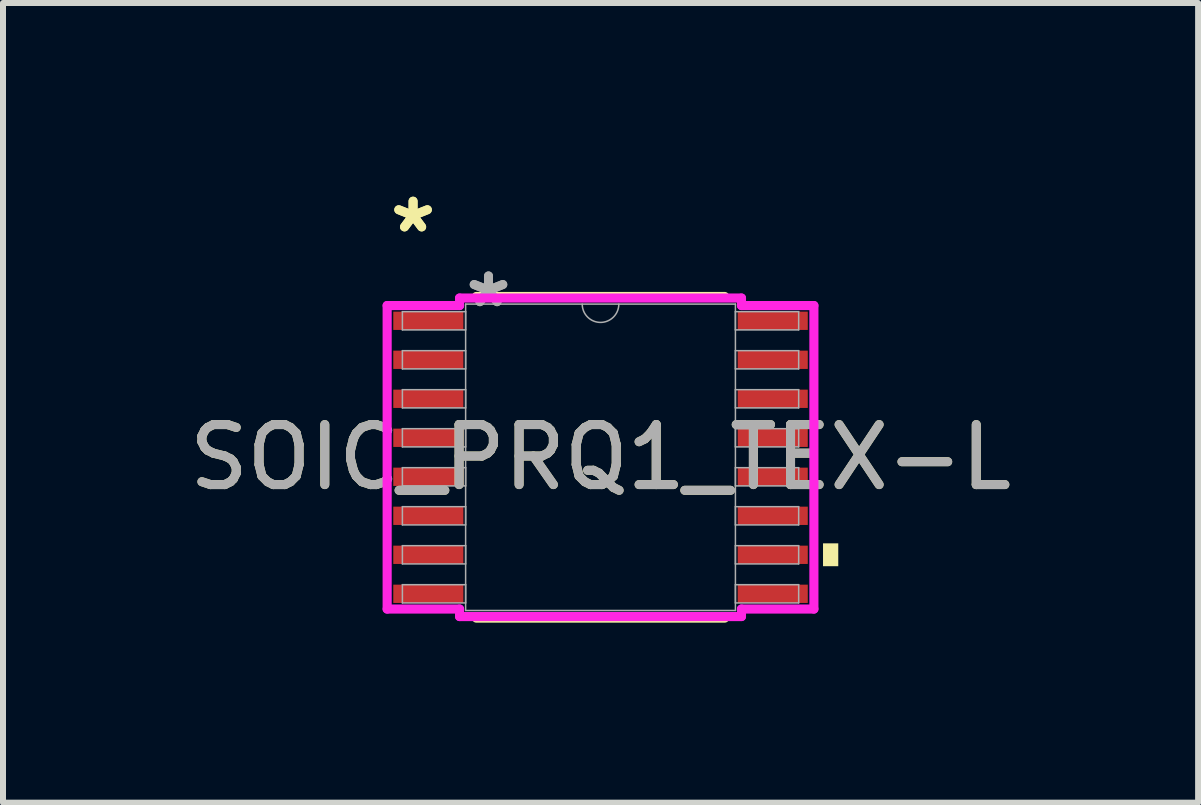
<source format=kicad_pcb>
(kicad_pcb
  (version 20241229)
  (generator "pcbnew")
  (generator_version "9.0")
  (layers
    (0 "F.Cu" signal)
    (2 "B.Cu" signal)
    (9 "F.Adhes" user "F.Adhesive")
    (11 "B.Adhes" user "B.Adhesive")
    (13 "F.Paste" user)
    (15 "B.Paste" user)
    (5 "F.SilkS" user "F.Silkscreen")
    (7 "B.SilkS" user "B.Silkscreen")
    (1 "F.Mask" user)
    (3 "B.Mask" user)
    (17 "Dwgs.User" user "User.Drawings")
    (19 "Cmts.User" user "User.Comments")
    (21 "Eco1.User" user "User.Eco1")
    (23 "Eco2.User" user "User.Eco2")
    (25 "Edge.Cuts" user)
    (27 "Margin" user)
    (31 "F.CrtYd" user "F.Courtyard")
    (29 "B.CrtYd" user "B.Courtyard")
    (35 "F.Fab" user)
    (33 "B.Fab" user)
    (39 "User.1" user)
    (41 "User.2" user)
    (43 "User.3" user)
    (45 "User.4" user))
  (footprint "SOIC_PRQ1_TEX-L"
    (layer "F.Cu")
    (at 6.958 4.571)
    (property "Reference" "SOIC_PRQ1_TEX-L" (at 0 0 0) (unlocked yes) (layer "F.SilkS") (effects (font (size 1 1) (thickness 0.15))))
    (attr smd)
    (fp_line (start -2.069 2.68) (end 2.069 2.68) (stroke (width 0.152) (type solid)) (layer "F.SilkS"))
    (fp_line (start 2.069 -2.68) (end -2.069 -2.68) (stroke (width 0.152) (type solid)) (layer "F.SilkS"))
    (fp_poly (pts (xy 3.962 1.434) (xy 3.962 1.815) (xy 3.708 1.815) (xy 3.708 1.434)) (stroke (width 0) (type solid)) (fill yes) (layer "F.SilkS"))
    (fp_line (start -3.556 -2.529) (end -2.349 -2.529) (stroke (width 0.152) (type solid)) (layer "F.CrtYd"))
    (fp_line (start -3.556 2.529) (end -3.556 -2.529) (stroke (width 0.152) (type solid)) (layer "F.CrtYd"))
    (fp_line (start -3.556 2.529) (end -2.349 2.529) (stroke (width 0.152) (type solid)) (layer "F.CrtYd"))
    (fp_line (start -2.349 -2.654) (end 2.349 -2.654) (stroke (width 0.152) (type solid)) (layer "F.CrtYd"))
    (fp_line (start -2.349 -2.529) (end -2.349 -2.654) (stroke (width 0.152) (type solid)) (layer "F.CrtYd"))
    (fp_line (start -2.349 2.654) (end -2.349 2.529) (stroke (width 0.152) (type solid)) (layer "F.CrtYd"))
    (fp_line (start 2.349 -2.654) (end 2.349 -2.529) (stroke (width 0.152) (type solid)) (layer "F.CrtYd"))
    (fp_line (start 2.349 2.529) (end 2.349 2.654) (stroke (width 0.152) (type solid)) (layer "F.CrtYd"))
    (fp_line (start 2.349 2.654) (end -2.349 2.654) (stroke (width 0.152) (type solid)) (layer "F.CrtYd"))
    (fp_line (start 3.556 -2.529) (end 2.349 -2.529) (stroke (width 0.152) (type solid)) (layer "F.CrtYd"))
    (fp_line (start 3.556 -2.529) (end 3.556 2.529) (stroke (width 0.152) (type solid)) (layer "F.CrtYd"))
    (fp_line (start 3.556 2.529) (end 2.349 2.529) (stroke (width 0.152) (type solid)) (layer "F.CrtYd"))
    (fp_line (start -3.302 -2.427) (end -3.302 -2.123) (stroke (width 0.025) (type solid)) (layer "F.Fab"))
    (fp_line (start -3.302 -2.123) (end -2.248 -2.123) (stroke (width 0.025) (type solid)) (layer "F.Fab"))
    (fp_line (start -3.302 -1.777) (end -3.302 -1.473) (stroke (width 0.025) (type solid)) (layer "F.Fab"))
    (fp_line (start -3.302 -1.473) (end -2.248 -1.473) (stroke (width 0.025) (type solid)) (layer "F.Fab"))
    (fp_line (start -3.302 -1.127) (end -3.302 -0.823) (stroke (width 0.025) (type solid)) (layer "F.Fab"))
    (fp_line (start -3.302 -0.823) (end -2.248 -0.823) (stroke (width 0.025) (type solid)) (layer "F.Fab"))
    (fp_line (start -3.302 -0.477) (end -3.302 -0.173) (stroke (width 0.025) (type solid)) (layer "F.Fab"))
    (fp_line (start -3.302 -0.173) (end -2.248 -0.173) (stroke (width 0.025) (type solid)) (layer "F.Fab"))
    (fp_line (start -3.302 0.173) (end -3.302 0.477) (stroke (width 0.025) (type solid)) (layer "F.Fab"))
    (fp_line (start -3.302 0.477) (end -2.248 0.477) (stroke (width 0.025) (type solid)) (layer "F.Fab"))
    (fp_line (start -3.302 0.823) (end -3.302 1.127) (stroke (width 0.025) (type solid)) (layer "F.Fab"))
    (fp_line (start -3.302 1.127) (end -2.248 1.127) (stroke (width 0.025) (type solid)) (layer "F.Fab"))
    (fp_line (start -3.302 1.473) (end -3.302 1.777) (stroke (width 0.025) (type solid)) (layer "F.Fab"))
    (fp_line (start -3.302 1.777) (end -2.248 1.777) (stroke (width 0.025) (type solid)) (layer "F.Fab"))
    (fp_line (start -3.302 2.123) (end -3.302 2.427) (stroke (width 0.025) (type solid)) (layer "F.Fab"))
    (fp_line (start -3.302 2.427) (end -2.248 2.427) (stroke (width 0.025) (type solid)) (layer "F.Fab"))
    (fp_line (start -2.248 -2.553) (end -2.248 2.553) (stroke (width 0.025) (type solid)) (layer "F.Fab"))
    (fp_line (start -2.248 -2.427) (end -3.302 -2.427) (stroke (width 0.025) (type solid)) (layer "F.Fab"))
    (fp_line (start -2.248 -2.123) (end -2.248 -2.427) (stroke (width 0.025) (type solid)) (layer "F.Fab"))
    (fp_line (start -2.248 -1.777) (end -3.302 -1.777) (stroke (width 0.025) (type solid)) (layer "F.Fab"))
    (fp_line (start -2.248 -1.473) (end -2.248 -1.777) (stroke (width 0.025) (type solid)) (layer "F.Fab"))
    (fp_line (start -2.248 -1.127) (end -3.302 -1.127) (stroke (width 0.025) (type solid)) (layer "F.Fab"))
    (fp_line (start -2.248 -0.823) (end -2.248 -1.127) (stroke (width 0.025) (type solid)) (layer "F.Fab"))
    (fp_line (start -2.248 -0.477) (end -3.302 -0.477) (stroke (width 0.025) (type solid)) (layer "F.Fab"))
    (fp_line (start -2.248 -0.173) (end -2.248 -0.477) (stroke (width 0.025) (type solid)) (layer "F.Fab"))
    (fp_line (start -2.248 0.173) (end -3.302 0.173) (stroke (width 0.025) (type solid)) (layer "F.Fab"))
    (fp_line (start -2.248 0.477) (end -2.248 0.173) (stroke (width 0.025) (type solid)) (layer "F.Fab"))
    (fp_line (start -2.248 0.823) (end -3.302 0.823) (stroke (width 0.025) (type solid)) (layer "F.Fab"))
    (fp_line (start -2.248 1.127) (end -2.248 0.823) (stroke (width 0.025) (type solid)) (layer "F.Fab"))
    (fp_line (start -2.248 1.473) (end -3.302 1.473) (stroke (width 0.025) (type solid)) (layer "F.Fab"))
    (fp_line (start -2.248 1.777) (end -2.248 1.473) (stroke (width 0.025) (type solid)) (layer "F.Fab"))
    (fp_line (start -2.248 2.123) (end -3.302 2.123) (stroke (width 0.025) (type solid)) (layer "F.Fab"))
    (fp_line (start -2.248 2.427) (end -2.248 2.123) (stroke (width 0.025) (type solid)) (layer "F.Fab"))
    (fp_line (start -2.248 2.553) (end 2.248 2.553) (stroke (width 0.025) (type solid)) (layer "F.Fab"))
    (fp_line (start 2.248 -2.553) (end -2.248 -2.553) (stroke (width 0.025) (type solid)) (layer "F.Fab"))
    (fp_line (start 2.248 -2.427) (end 2.248 -2.123) (stroke (width 0.025) (type solid)) (layer "F.Fab"))
    (fp_line (start 2.248 -2.123) (end 3.302 -2.123) (stroke (width 0.025) (type solid)) (layer "F.Fab"))
    (fp_line (start 2.248 -1.777) (end 2.248 -1.473) (stroke (width 0.025) (type solid)) (layer "F.Fab"))
    (fp_line (start 2.248 -1.473) (end 3.302 -1.473) (stroke (width 0.025) (type solid)) (layer "F.Fab"))
    (fp_line (start 2.248 -1.127) (end 2.248 -0.823) (stroke (width 0.025) (type solid)) (layer "F.Fab"))
    (fp_line (start 2.248 -0.823) (end 3.302 -0.823) (stroke (width 0.025) (type solid)) (layer "F.Fab"))
    (fp_line (start 2.248 -0.477) (end 2.248 -0.173) (stroke (width 0.025) (type solid)) (layer "F.Fab"))
    (fp_line (start 2.248 -0.173) (end 3.302 -0.173) (stroke (width 0.025) (type solid)) (layer "F.Fab"))
    (fp_line (start 2.248 0.173) (end 2.248 0.477) (stroke (width 0.025) (type solid)) (layer "F.Fab"))
    (fp_line (start 2.248 0.477) (end 3.302 0.477) (stroke (width 0.025) (type solid)) (layer "F.Fab"))
    (fp_line (start 2.248 0.823) (end 2.248 1.127) (stroke (width 0.025) (type solid)) (layer "F.Fab"))
    (fp_line (start 2.248 1.127) (end 3.302 1.127) (stroke (width 0.025) (type solid)) (layer "F.Fab"))
    (fp_line (start 2.248 1.473) (end 2.248 1.777) (stroke (width 0.025) (type solid)) (layer "F.Fab"))
    (fp_line (start 2.248 1.777) (end 3.302 1.777) (stroke (width 0.025) (type solid)) (layer "F.Fab"))
    (fp_line (start 2.248 2.123) (end 2.248 2.427) (stroke (width 0.025) (type solid)) (layer "F.Fab"))
    (fp_line (start 2.248 2.427) (end 3.302 2.427) (stroke (width 0.025) (type solid)) (layer "F.Fab"))
    (fp_line (start 2.248 2.553) (end 2.248 -2.553) (stroke (width 0.025) (type solid)) (layer "F.Fab"))
    (fp_line (start 3.302 -2.427) (end 2.248 -2.427) (stroke (width 0.025) (type solid)) (layer "F.Fab"))
    (fp_line (start 3.302 -2.123) (end 3.302 -2.427) (stroke (width 0.025) (type solid)) (layer "F.Fab"))
    (fp_line (start 3.302 -1.777) (end 2.248 -1.777) (stroke (width 0.025) (type solid)) (layer "F.Fab"))
    (fp_line (start 3.302 -1.473) (end 3.302 -1.777) (stroke (width 0.025) (type solid)) (layer "F.Fab"))
    (fp_line (start 3.302 -1.127) (end 2.248 -1.127) (stroke (width 0.025) (type solid)) (layer "F.Fab"))
    (fp_line (start 3.302 -0.823) (end 3.302 -1.127) (stroke (width 0.025) (type solid)) (layer "F.Fab"))
    (fp_line (start 3.302 -0.477) (end 2.248 -0.477) (stroke (width 0.025) (type solid)) (layer "F.Fab"))
    (fp_line (start 3.302 -0.173) (end 3.302 -0.477) (stroke (width 0.025) (type solid)) (layer "F.Fab"))
    (fp_line (start 3.302 0.173) (end 2.248 0.173) (stroke (width 0.025) (type solid)) (layer "F.Fab"))
    (fp_line (start 3.302 0.477) (end 3.302 0.173) (stroke (width 0.025) (type solid)) (layer "F.Fab"))
    (fp_line (start 3.302 0.823) (end 2.248 0.823) (stroke (width 0.025) (type solid)) (layer "F.Fab"))
    (fp_line (start 3.302 1.127) (end 3.302 0.823) (stroke (width 0.025) (type solid)) (layer "F.Fab"))
    (fp_line (start 3.302 1.473) (end 2.248 1.473) (stroke (width 0.025) (type solid)) (layer "F.Fab"))
    (fp_line (start 3.302 1.777) (end 3.302 1.473) (stroke (width 0.025) (type solid)) (layer "F.Fab"))
    (fp_line (start 3.302 2.123) (end 2.248 2.123) (stroke (width 0.025) (type solid)) (layer "F.Fab"))
    (fp_line (start 3.302 2.427) (end 3.302 2.123) (stroke (width 0.025) (type solid)) (layer "F.Fab"))
    (fp_arc (start 0.3048 -2.5527) (mid 0 -2.2479) (end -0.3048 -2.5527) (stroke (width 0.0254) (type solid)) (layer "F.Fab"))
    (fp_text user "*" (at -3.124 -3.723 0) (unlocked yes) (layer "F.SilkS") (effects (font (size 1 1) (thickness 0.15))))
    (fp_text user "*" (at -3.124 -3.723 0) (layer "F.SilkS") (effects (font (size 1 1) (thickness 0.15))))
    (fp_text user "*" (at -1.867 -2.477 0) (unlocked yes) (layer "F.Fab") (effects (font (size 1 1) (thickness 0.15))))
    (fp_text user "${REFERENCE}" (at 0 0 0) (unlocked yes) (layer "F.Fab") (effects (font (size 1 1) (thickness 0.15))))
    (fp_text user "*" (at -1.867 -2.477 0) (layer "F.Fab") (effects (font (size 1 1) (thickness 0.15))))
    (pad "1" smd rect (at -2.87 -2.275) (size 1.168 0.305) (layers "F.Cu" "F.Mask" "F.Paste"))
    (pad "2" smd rect (at -2.87 -1.625) (size 1.168 0.305) (layers "F.Cu" "F.Mask" "F.Paste"))
    (pad "3" smd rect (at -2.87 -0.975) (size 1.168 0.305) (layers "F.Cu" "F.Mask" "F.Paste"))
    (pad "4" smd rect (at -2.87 -0.325) (size 1.168 0.305) (layers "F.Cu" "F.Mask" "F.Paste"))
    (pad "5" smd rect (at -2.87 0.325) (size 1.168 0.305) (layers "F.Cu" "F.Mask" "F.Paste"))
    (pad "6" smd rect (at -2.87 0.975) (size 1.168 0.305) (layers "F.Cu" "F.Mask" "F.Paste"))
    (pad "7" smd rect (at -2.87 1.625) (size 1.168 0.305) (layers "F.Cu" "F.Mask" "F.Paste"))
    (pad "8" smd rect (at -2.87 2.275) (size 1.168 0.305) (layers "F.Cu" "F.Mask" "F.Paste"))
    (pad "9" smd rect (at 2.87 2.275) (size 1.168 0.305) (layers "F.Cu" "F.Mask" "F.Paste"))
    (pad "10" smd rect (at 2.87 1.625) (size 1.168 0.305) (layers "F.Cu" "F.Mask" "F.Paste"))
    (pad "11" smd rect (at 2.87 0.975) (size 1.168 0.305) (layers "F.Cu" "F.Mask" "F.Paste"))
    (pad "12" smd rect (at 2.87 0.325) (size 1.168 0.305) (layers "F.Cu" "F.Mask" "F.Paste"))
    (pad "13" smd rect (at 2.87 -0.325) (size 1.168 0.305) (layers "F.Cu" "F.Mask" "F.Paste"))
    (pad "14" smd rect (at 2.87 -0.975) (size 1.168 0.305) (layers "F.Cu" "F.Mask" "F.Paste"))
    (pad "15" smd rect (at 2.87 -1.625) (size 1.168 0.305) (layers "F.Cu" "F.Mask" "F.Paste"))
    (pad "16" smd rect (at 2.87 -2.275) (size 1.168 0.305) (layers "F.Cu" "F.Mask" "F.Paste")))
  (gr_rect
    (start -3 -3)
    (end 16.917 10.327)
    (stroke (width 0.1) (type default))
    (fill no)
    (layer "Edge.Cuts")))
</source>
